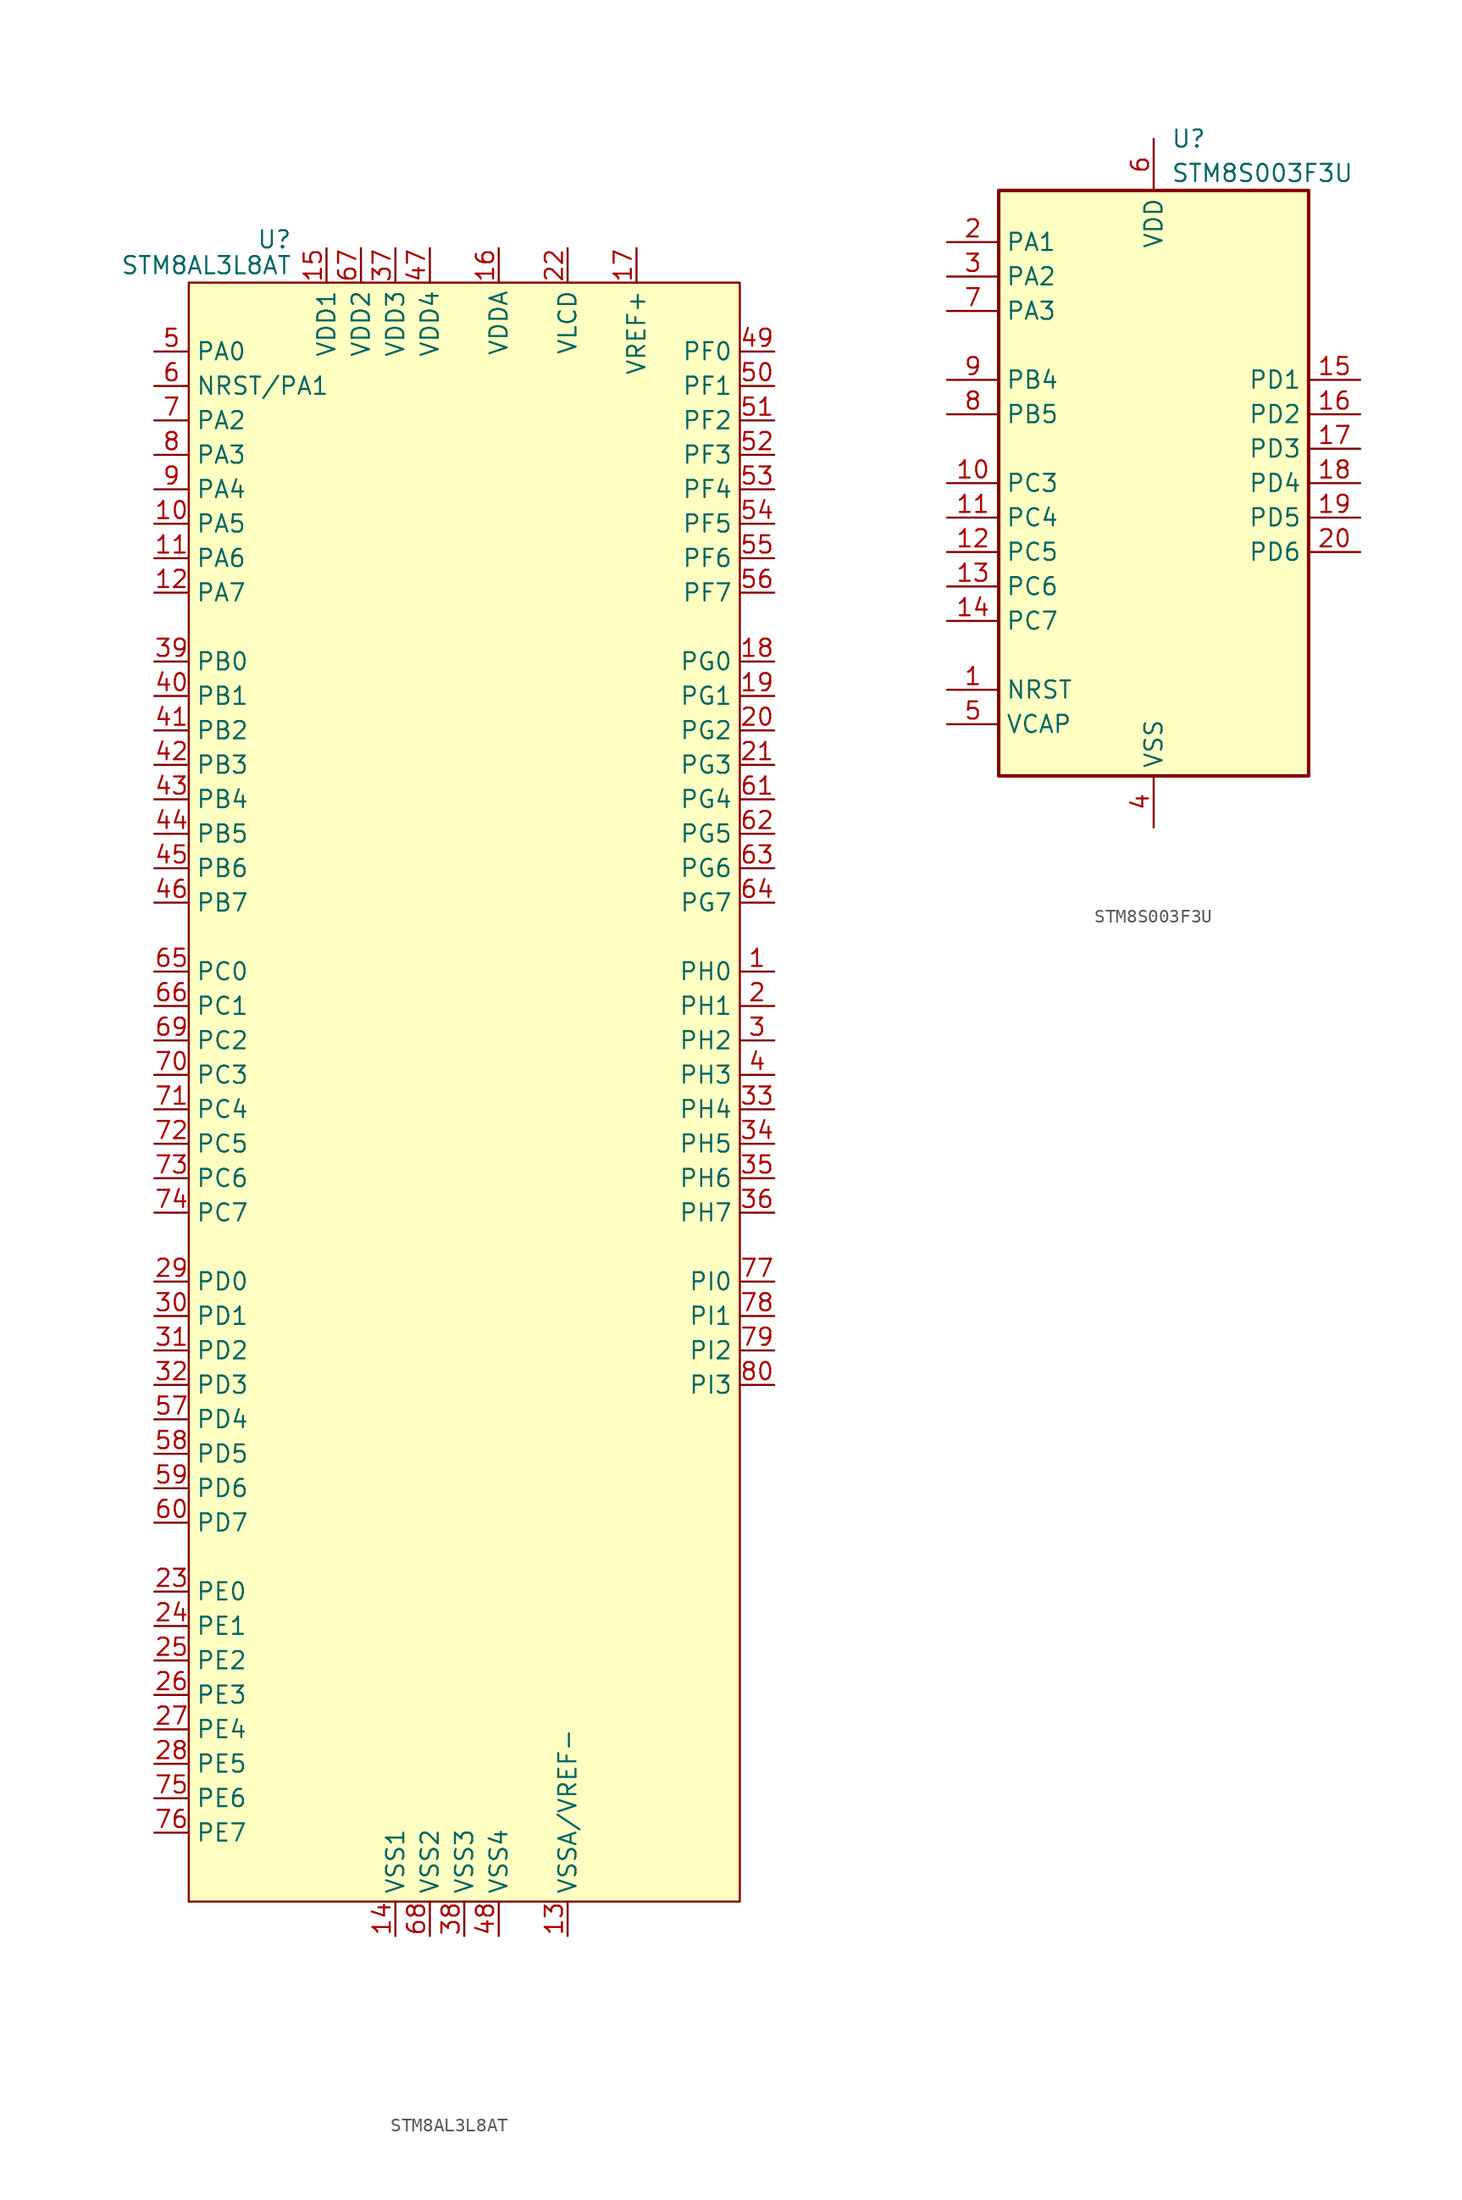
<source format=kicad_sym>
(kicad_symbol_lib
  (version 20231120)
  (generator "kicad_symbol_editor")
  (generator_version "8.0")
  (symbol "STM8AL3L8AT"
    (property "Reference" "U"
      (at -12.7 61.595 0)
      (effects (font (size 1.27 1.27)) (justify right)))
    (property "Value" "STM8AL3L8AT"
      (at -12.7 59.69 0)
      (effects (font (size 1.27 1.27)) (justify right)))
    (symbol "STM8AL3L8AT_0_0"
      (pin bidirectional line (at 22.86 7.62 180) (length 2.54) (name "PH0" (effects (font (size 1.27 1.27)))) (number "1" (effects (font (size 1.27 1.27)))))
      (pin bidirectional line (at -22.86 40.64 0) (length 2.54) (name "PA5" (effects (font (size 1.27 1.27)))) (number "10" (effects (font (size 1.27 1.27)))))
      (pin bidirectional line (at -22.86 38.1 0) (length 2.54) (name "PA6" (effects (font (size 1.27 1.27)))) (number "11" (effects (font (size 1.27 1.27)))))
      (pin bidirectional line (at -22.86 35.56 0) (length 2.54) (name "PA7" (effects (font (size 1.27 1.27)))) (number "12" (effects (font (size 1.27 1.27)))))
      (pin power_in line (at 7.62 -63.5 90) (length 2.54) (name "VSSA/VREF-" (effects (font (size 1.27 1.27)))) (number "13" (effects (font (size 1.27 1.27)))))
      (pin power_in line (at -5.08 -63.5 90) (length 2.54) (name "VSS1" (effects (font (size 1.27 1.27)))) (number "14" (effects (font (size 1.27 1.27)))))
      (pin power_in line (at -10.16 60.96 270) (length 2.54) (name "VDD1" (effects (font (size 1.27 1.27)))) (number "15" (effects (font (size 1.27 1.27)))))
      (pin power_in line (at 2.54 60.96 270) (length 2.54) (name "VDDA" (effects (font (size 1.27 1.27)))) (number "16" (effects (font (size 1.27 1.27)))))
      (pin power_in line (at 12.7 60.96 270) (length 2.54) (name "VREF+" (effects (font (size 1.27 1.27)))) (number "17" (effects (font (size 1.27 1.27)))))
      (pin bidirectional line (at 22.86 30.48 180) (length 2.54) (name "PG0" (effects (font (size 1.27 1.27)))) (number "18" (effects (font (size 1.27 1.27)))))
      (pin bidirectional line (at 22.86 27.94 180) (length 2.54) (name "PG1" (effects (font (size 1.27 1.27)))) (number "19" (effects (font (size 1.27 1.27)))))
      (pin bidirectional line (at 22.86 5.08 180) (length 2.54) (name "PH1" (effects (font (size 1.27 1.27)))) (number "2" (effects (font (size 1.27 1.27)))))
      (pin bidirectional line (at 22.86 25.4 180) (length 2.54) (name "PG2" (effects (font (size 1.27 1.27)))) (number "20" (effects (font (size 1.27 1.27)))))
      (pin bidirectional line (at 22.86 22.86 180) (length 2.54) (name "PG3" (effects (font (size 1.27 1.27)))) (number "21" (effects (font (size 1.27 1.27)))))
      (pin power_in line (at 7.62 60.96 270) (length 2.54) (name "VLCD" (effects (font (size 1.27 1.27)))) (number "22" (effects (font (size 1.27 1.27)))))
      (pin bidirectional line (at -22.86 -38.1 0) (length 2.54) (name "PE0" (effects (font (size 1.27 1.27)))) (number "23" (effects (font (size 1.27 1.27)))))
      (pin bidirectional line (at -22.86 -40.64 0) (length 2.54) (name "PE1" (effects (font (size 1.27 1.27)))) (number "24" (effects (font (size 1.27 1.27)))))
      (pin bidirectional line (at -22.86 -43.18 0) (length 2.54) (name "PE2" (effects (font (size 1.27 1.27)))) (number "25" (effects (font (size 1.27 1.27)))))
      (pin bidirectional line (at -22.86 -45.72 0) (length 2.54) (name "PE3" (effects (font (size 1.27 1.27)))) (number "26" (effects (font (size 1.27 1.27)))))
      (pin bidirectional line (at -22.86 -48.26 0) (length 2.54) (name "PE4" (effects (font (size 1.27 1.27)))) (number "27" (effects (font (size 1.27 1.27)))))
      (pin bidirectional line (at -22.86 -50.8 0) (length 2.54) (name "PE5" (effects (font (size 1.27 1.27)))) (number "28" (effects (font (size 1.27 1.27)))))
      (pin bidirectional line (at -22.86 -15.24 0) (length 2.54) (name "PD0" (effects (font (size 1.27 1.27)))) (number "29" (effects (font (size 1.27 1.27)))))
      (pin bidirectional line (at 22.86 2.54 180) (length 2.54) (name "PH2" (effects (font (size 1.27 1.27)))) (number "3" (effects (font (size 1.27 1.27)))))
      (pin bidirectional line (at -22.86 -17.78 0) (length 2.54) (name "PD1" (effects (font (size 1.27 1.27)))) (number "30" (effects (font (size 1.27 1.27)))))
      (pin bidirectional line (at -22.86 -20.32 0) (length 2.54) (name "PD2" (effects (font (size 1.27 1.27)))) (number "31" (effects (font (size 1.27 1.27)))))
      (pin bidirectional line (at -22.86 -22.86 0) (length 2.54) (name "PD3" (effects (font (size 1.27 1.27)))) (number "32" (effects (font (size 1.27 1.27)))))
      (pin bidirectional line (at 22.86 -2.54 180) (length 2.54) (name "PH4" (effects (font (size 1.27 1.27)))) (number "33" (effects (font (size 1.27 1.27)))))
      (pin bidirectional line (at 22.86 -5.08 180) (length 2.54) (name "PH5" (effects (font (size 1.27 1.27)))) (number "34" (effects (font (size 1.27 1.27)))))
      (pin bidirectional line (at 22.86 -7.62 180) (length 2.54) (name "PH6" (effects (font (size 1.27 1.27)))) (number "35" (effects (font (size 1.27 1.27)))))
      (pin bidirectional line (at 22.86 -10.16 180) (length 2.54) (name "PH7" (effects (font (size 1.27 1.27)))) (number "36" (effects (font (size 1.27 1.27)))))
      (pin power_in line (at -5.08 60.96 270) (length 2.54) (name "VDD3" (effects (font (size 1.27 1.27)))) (number "37" (effects (font (size 1.27 1.27)))))
      (pin power_in line (at 0 -63.5 90) (length 2.54) (name "VSS3" (effects (font (size 1.27 1.27)))) (number "38" (effects (font (size 1.27 1.27)))))
      (pin bidirectional line (at -22.86 30.48 0) (length 2.54) (name "PB0" (effects (font (size 1.27 1.27)))) (number "39" (effects (font (size 1.27 1.27)))))
      (pin bidirectional line (at 22.86 0 180) (length 2.54) (name "PH3" (effects (font (size 1.27 1.27)))) (number "4" (effects (font (size 1.27 1.27)))))
      (pin bidirectional line (at -22.86 27.94 0) (length 2.54) (name "PB1" (effects (font (size 1.27 1.27)))) (number "40" (effects (font (size 1.27 1.27)))))
      (pin bidirectional line (at -22.86 25.4 0) (length 2.54) (name "PB2" (effects (font (size 1.27 1.27)))) (number "41" (effects (font (size 1.27 1.27)))))
      (pin bidirectional line (at -22.86 22.86 0) (length 2.54) (name "PB3" (effects (font (size 1.27 1.27)))) (number "42" (effects (font (size 1.27 1.27)))))
      (pin bidirectional line (at -22.86 20.32 0) (length 2.54) (name "PB4" (effects (font (size 1.27 1.27)))) (number "43" (effects (font (size 1.27 1.27)))))
      (pin bidirectional line (at -22.86 17.78 0) (length 2.54) (name "PB5" (effects (font (size 1.27 1.27)))) (number "44" (effects (font (size 1.27 1.27)))))
      (pin bidirectional line (at -22.86 15.24 0) (length 2.54) (name "PB6" (effects (font (size 1.27 1.27)))) (number "45" (effects (font (size 1.27 1.27)))))
      (pin bidirectional line (at -22.86 12.7 0) (length 2.54) (name "PB7" (effects (font (size 1.27 1.27)))) (number "46" (effects (font (size 1.27 1.27)))))
      (pin power_in line (at -2.54 60.96 270) (length 2.54) (name "VDD4" (effects (font (size 1.27 1.27)))) (number "47" (effects (font (size 1.27 1.27)))))
      (pin power_in line (at 2.54 -63.5 90) (length 2.54) (name "VSS4" (effects (font (size 1.27 1.27)))) (number "48" (effects (font (size 1.27 1.27)))))
      (pin bidirectional line (at 22.86 53.34 180) (length 2.54) (name "PF0" (effects (font (size 1.27 1.27)))) (number "49" (effects (font (size 1.27 1.27)))))
      (pin bidirectional line (at -22.86 53.34 0) (length 2.54) (name "PA0" (effects (font (size 1.27 1.27)))) (number "5" (effects (font (size 1.27 1.27)))))
      (pin bidirectional line (at 22.86 50.8 180) (length 2.54) (name "PF1" (effects (font (size 1.27 1.27)))) (number "50" (effects (font (size 1.27 1.27)))))
      (pin bidirectional line (at 22.86 48.26 180) (length 2.54) (name "PF2" (effects (font (size 1.27 1.27)))) (number "51" (effects (font (size 1.27 1.27)))))
      (pin bidirectional line (at 22.86 45.72 180) (length 2.54) (name "PF3" (effects (font (size 1.27 1.27)))) (number "52" (effects (font (size 1.27 1.27)))))
      (pin bidirectional line (at 22.86 43.18 180) (length 2.54) (name "PF4" (effects (font (size 1.27 1.27)))) (number "53" (effects (font (size 1.27 1.27)))))
      (pin bidirectional line (at 22.86 40.64 180) (length 2.54) (name "PF5" (effects (font (size 1.27 1.27)))) (number "54" (effects (font (size 1.27 1.27)))))
      (pin bidirectional line (at 22.86 38.1 180) (length 2.54) (name "PF6" (effects (font (size 1.27 1.27)))) (number "55" (effects (font (size 1.27 1.27)))))
      (pin bidirectional line (at 22.86 35.56 180) (length 2.54) (name "PF7" (effects (font (size 1.27 1.27)))) (number "56" (effects (font (size 1.27 1.27)))))
      (pin bidirectional line (at -22.86 -25.4 0) (length 2.54) (name "PD4" (effects (font (size 1.27 1.27)))) (number "57" (effects (font (size 1.27 1.27)))))
      (pin bidirectional line (at -22.86 -27.94 0) (length 2.54) (name "PD5" (effects (font (size 1.27 1.27)))) (number "58" (effects (font (size 1.27 1.27)))))
      (pin bidirectional line (at -22.86 -30.48 0) (length 2.54) (name "PD6" (effects (font (size 1.27 1.27)))) (number "59" (effects (font (size 1.27 1.27)))))
      (pin bidirectional line (at -22.86 50.8 0) (length 2.54) (name "NRST/PA1" (effects (font (size 1.27 1.27)))) (number "6" (effects (font (size 1.27 1.27)))))
      (pin bidirectional line (at -22.86 -33.02 0) (length 2.54) (name "PD7" (effects (font (size 1.27 1.27)))) (number "60" (effects (font (size 1.27 1.27)))))
      (pin bidirectional line (at 22.86 20.32 180) (length 2.54) (name "PG4" (effects (font (size 1.27 1.27)))) (number "61" (effects (font (size 1.27 1.27)))))
      (pin bidirectional line (at 22.86 17.78 180) (length 2.54) (name "PG5" (effects (font (size 1.27 1.27)))) (number "62" (effects (font (size 1.27 1.27)))))
      (pin bidirectional line (at 22.86 15.24 180) (length 2.54) (name "PG6" (effects (font (size 1.27 1.27)))) (number "63" (effects (font (size 1.27 1.27)))))
      (pin bidirectional line (at 22.86 12.7 180) (length 2.54) (name "PG7" (effects (font (size 1.27 1.27)))) (number "64" (effects (font (size 1.27 1.27)))))
      (pin bidirectional line (at -22.86 7.62 0) (length 2.54) (name "PC0" (effects (font (size 1.27 1.27)))) (number "65" (effects (font (size 1.27 1.27)))))
      (pin bidirectional line (at -22.86 5.08 0) (length 2.54) (name "PC1" (effects (font (size 1.27 1.27)))) (number "66" (effects (font (size 1.27 1.27)))))
      (pin power_in line (at -7.62 60.96 270) (length 2.54) (name "VDD2" (effects (font (size 1.27 1.27)))) (number "67" (effects (font (size 1.27 1.27)))))
      (pin power_in line (at -2.54 -63.5 90) (length 2.54) (name "VSS2" (effects (font (size 1.27 1.27)))) (number "68" (effects (font (size 1.27 1.27)))))
      (pin bidirectional line (at -22.86 2.54 0) (length 2.54) (name "PC2" (effects (font (size 1.27 1.27)))) (number "69" (effects (font (size 1.27 1.27)))))
      (pin bidirectional line (at -22.86 48.26 0) (length 2.54) (name "PA2" (effects (font (size 1.27 1.27)))) (number "7" (effects (font (size 1.27 1.27)))))
      (pin bidirectional line (at -22.86 0 0) (length 2.54) (name "PC3" (effects (font (size 1.27 1.27)))) (number "70" (effects (font (size 1.27 1.27)))))
      (pin bidirectional line (at -22.86 -2.54 0) (length 2.54) (name "PC4" (effects (font (size 1.27 1.27)))) (number "71" (effects (font (size 1.27 1.27)))))
      (pin bidirectional line (at -22.86 -5.08 0) (length 2.54) (name "PC5" (effects (font (size 1.27 1.27)))) (number "72" (effects (font (size 1.27 1.27)))))
      (pin bidirectional line (at -22.86 -7.62 0) (length 2.54) (name "PC6" (effects (font (size 1.27 1.27)))) (number "73" (effects (font (size 1.27 1.27)))))
      (pin bidirectional line (at -22.86 -10.16 0) (length 2.54) (name "PC7" (effects (font (size 1.27 1.27)))) (number "74" (effects (font (size 1.27 1.27)))))
      (pin bidirectional line (at -22.86 -53.34 0) (length 2.54) (name "PE6" (effects (font (size 1.27 1.27)))) (number "75" (effects (font (size 1.27 1.27)))))
      (pin bidirectional line (at -22.86 -55.88 0) (length 2.54) (name "PE7" (effects (font (size 1.27 1.27)))) (number "76" (effects (font (size 1.27 1.27)))))
      (pin bidirectional line (at 22.86 -15.24 180) (length 2.54) (name "PI0" (effects (font (size 1.27 1.27)))) (number "77" (effects (font (size 1.27 1.27)))))
      (pin bidirectional line (at 22.86 -17.78 180) (length 2.54) (name "PI1" (effects (font (size 1.27 1.27)))) (number "78" (effects (font (size 1.27 1.27)))))
      (pin bidirectional line (at 22.86 -20.32 180) (length 2.54) (name "PI2" (effects (font (size 1.27 1.27)))) (number "79" (effects (font (size 1.27 1.27)))))
      (pin bidirectional line (at -22.86 45.72 0) (length 2.54) (name "PA3" (effects (font (size 1.27 1.27)))) (number "8" (effects (font (size 1.27 1.27)))))
      (pin bidirectional line (at 22.86 -22.86 180) (length 2.54) (name "PI3" (effects (font (size 1.27 1.27)))) (number "80" (effects (font (size 1.27 1.27)))))
      (pin bidirectional line (at -22.86 43.18 0) (length 2.54) (name "PA4" (effects (font (size 1.27 1.27)))) (number "9" (effects (font (size 1.27 1.27))))))
    (symbol "STM8AL3L8AT_0_1"
      (rectangle (start -20.32 58.42) (end 20.32 -60.96) (stroke (width 0) (type default)) (fill (type background)))))
  (symbol "STM8S003F3U"
    (property "Reference" "U"
      (at 1.27 25.4 0)
      (effects (font (size 1.27 1.27)) (justify left)))
    (property "Value" "STM8S003F3U"
      (at 1.27 22.86 0)
      (effects (font (size 1.27 1.27)) (justify left)))
    (symbol "STM8S003F3U_0_1"
      (rectangle (start -11.43 21.59) (end 11.43 -21.59) (stroke (width 0.254) (type default)) (fill (type background))))
    (symbol "STM8S003F3U_1_1"
      (pin input line (at -15.24 -15.24 0) (length 3.81) (name "NRST" (effects (font (size 1.27 1.27)))) (number "1" (effects (font (size 1.27 1.27)))))
      (pin bidirectional line (at -15.24 0 0) (length 3.81) (name "PC3" (effects (font (size 1.27 1.27)))) (number "10" (effects (font (size 1.27 1.27)))))
      (pin bidirectional line (at -15.24 -2.54 0) (length 3.81) (name "PC4" (effects (font (size 1.27 1.27)))) (number "11" (effects (font (size 1.27 1.27)))))
      (pin bidirectional line (at -15.24 -5.08 0) (length 3.81) (name "PC5" (effects (font (size 1.27 1.27)))) (number "12" (effects (font (size 1.27 1.27)))))
      (pin bidirectional line (at -15.24 -7.62 0) (length 3.81) (name "PC6" (effects (font (size 1.27 1.27)))) (number "13" (effects (font (size 1.27 1.27)))))
      (pin bidirectional line (at -15.24 -10.16 0) (length 3.81) (name "PC7" (effects (font (size 1.27 1.27)))) (number "14" (effects (font (size 1.27 1.27)))))
      (pin bidirectional line (at 15.24 7.62 180) (length 3.81) (name "PD1" (effects (font (size 1.27 1.27)))) (number "15" (effects (font (size 1.27 1.27)))))
      (pin bidirectional line (at 15.24 5.08 180) (length 3.81) (name "PD2" (effects (font (size 1.27 1.27)))) (number "16" (effects (font (size 1.27 1.27)))))
      (pin bidirectional line (at 15.24 2.54 180) (length 3.81) (name "PD3" (effects (font (size 1.27 1.27)))) (number "17" (effects (font (size 1.27 1.27)))))
      (pin bidirectional line (at 15.24 0 180) (length 3.81) (name "PD4" (effects (font (size 1.27 1.27)))) (number "18" (effects (font (size 1.27 1.27)))))
      (pin bidirectional line (at 15.24 -2.54 180) (length 3.81) (name "PD5" (effects (font (size 1.27 1.27)))) (number "19" (effects (font (size 1.27 1.27)))))
      (pin bidirectional line (at -15.24 17.78 0) (length 3.81) (name "PA1" (effects (font (size 1.27 1.27)))) (number "2" (effects (font (size 1.27 1.27)))))
      (pin bidirectional line (at 15.24 -5.08 180) (length 3.81) (name "PD6" (effects (font (size 1.27 1.27)))) (number "20" (effects (font (size 1.27 1.27)))))
      (pin bidirectional line (at -15.24 15.24 0) (length 3.81) (name "PA2" (effects (font (size 1.27 1.27)))) (number "3" (effects (font (size 1.27 1.27)))))
      (pin power_in line (at 0 -25.4 90) (length 3.81) (name "VSS" (effects (font (size 1.27 1.27)))) (number "4" (effects (font (size 1.27 1.27)))))
      (pin passive line (at -15.24 -17.78 0) (length 3.81) (name "VCAP" (effects (font (size 1.27 1.27)))) (number "5" (effects (font (size 1.27 1.27)))))
      (pin power_in line (at 0 25.4 270) (length 3.81) (name "VDD" (effects (font (size 1.27 1.27)))) (number "6" (effects (font (size 1.27 1.27)))))
      (pin bidirectional line (at -15.24 12.7 0) (length 3.81) (name "PA3" (effects (font (size 1.27 1.27)))) (number "7" (effects (font (size 1.27 1.27)))))
      (pin bidirectional line (at -15.24 5.08 0) (length 3.81) (name "PB5" (effects (font (size 1.27 1.27)))) (number "8" (effects (font (size 1.27 1.27)))))
      (pin bidirectional line (at -15.24 7.62 0) (length 3.81) (name "PB4" (effects (font (size 1.27 1.27)))) (number "9" (effects (font (size 1.27 1.27))))))))
</source>
